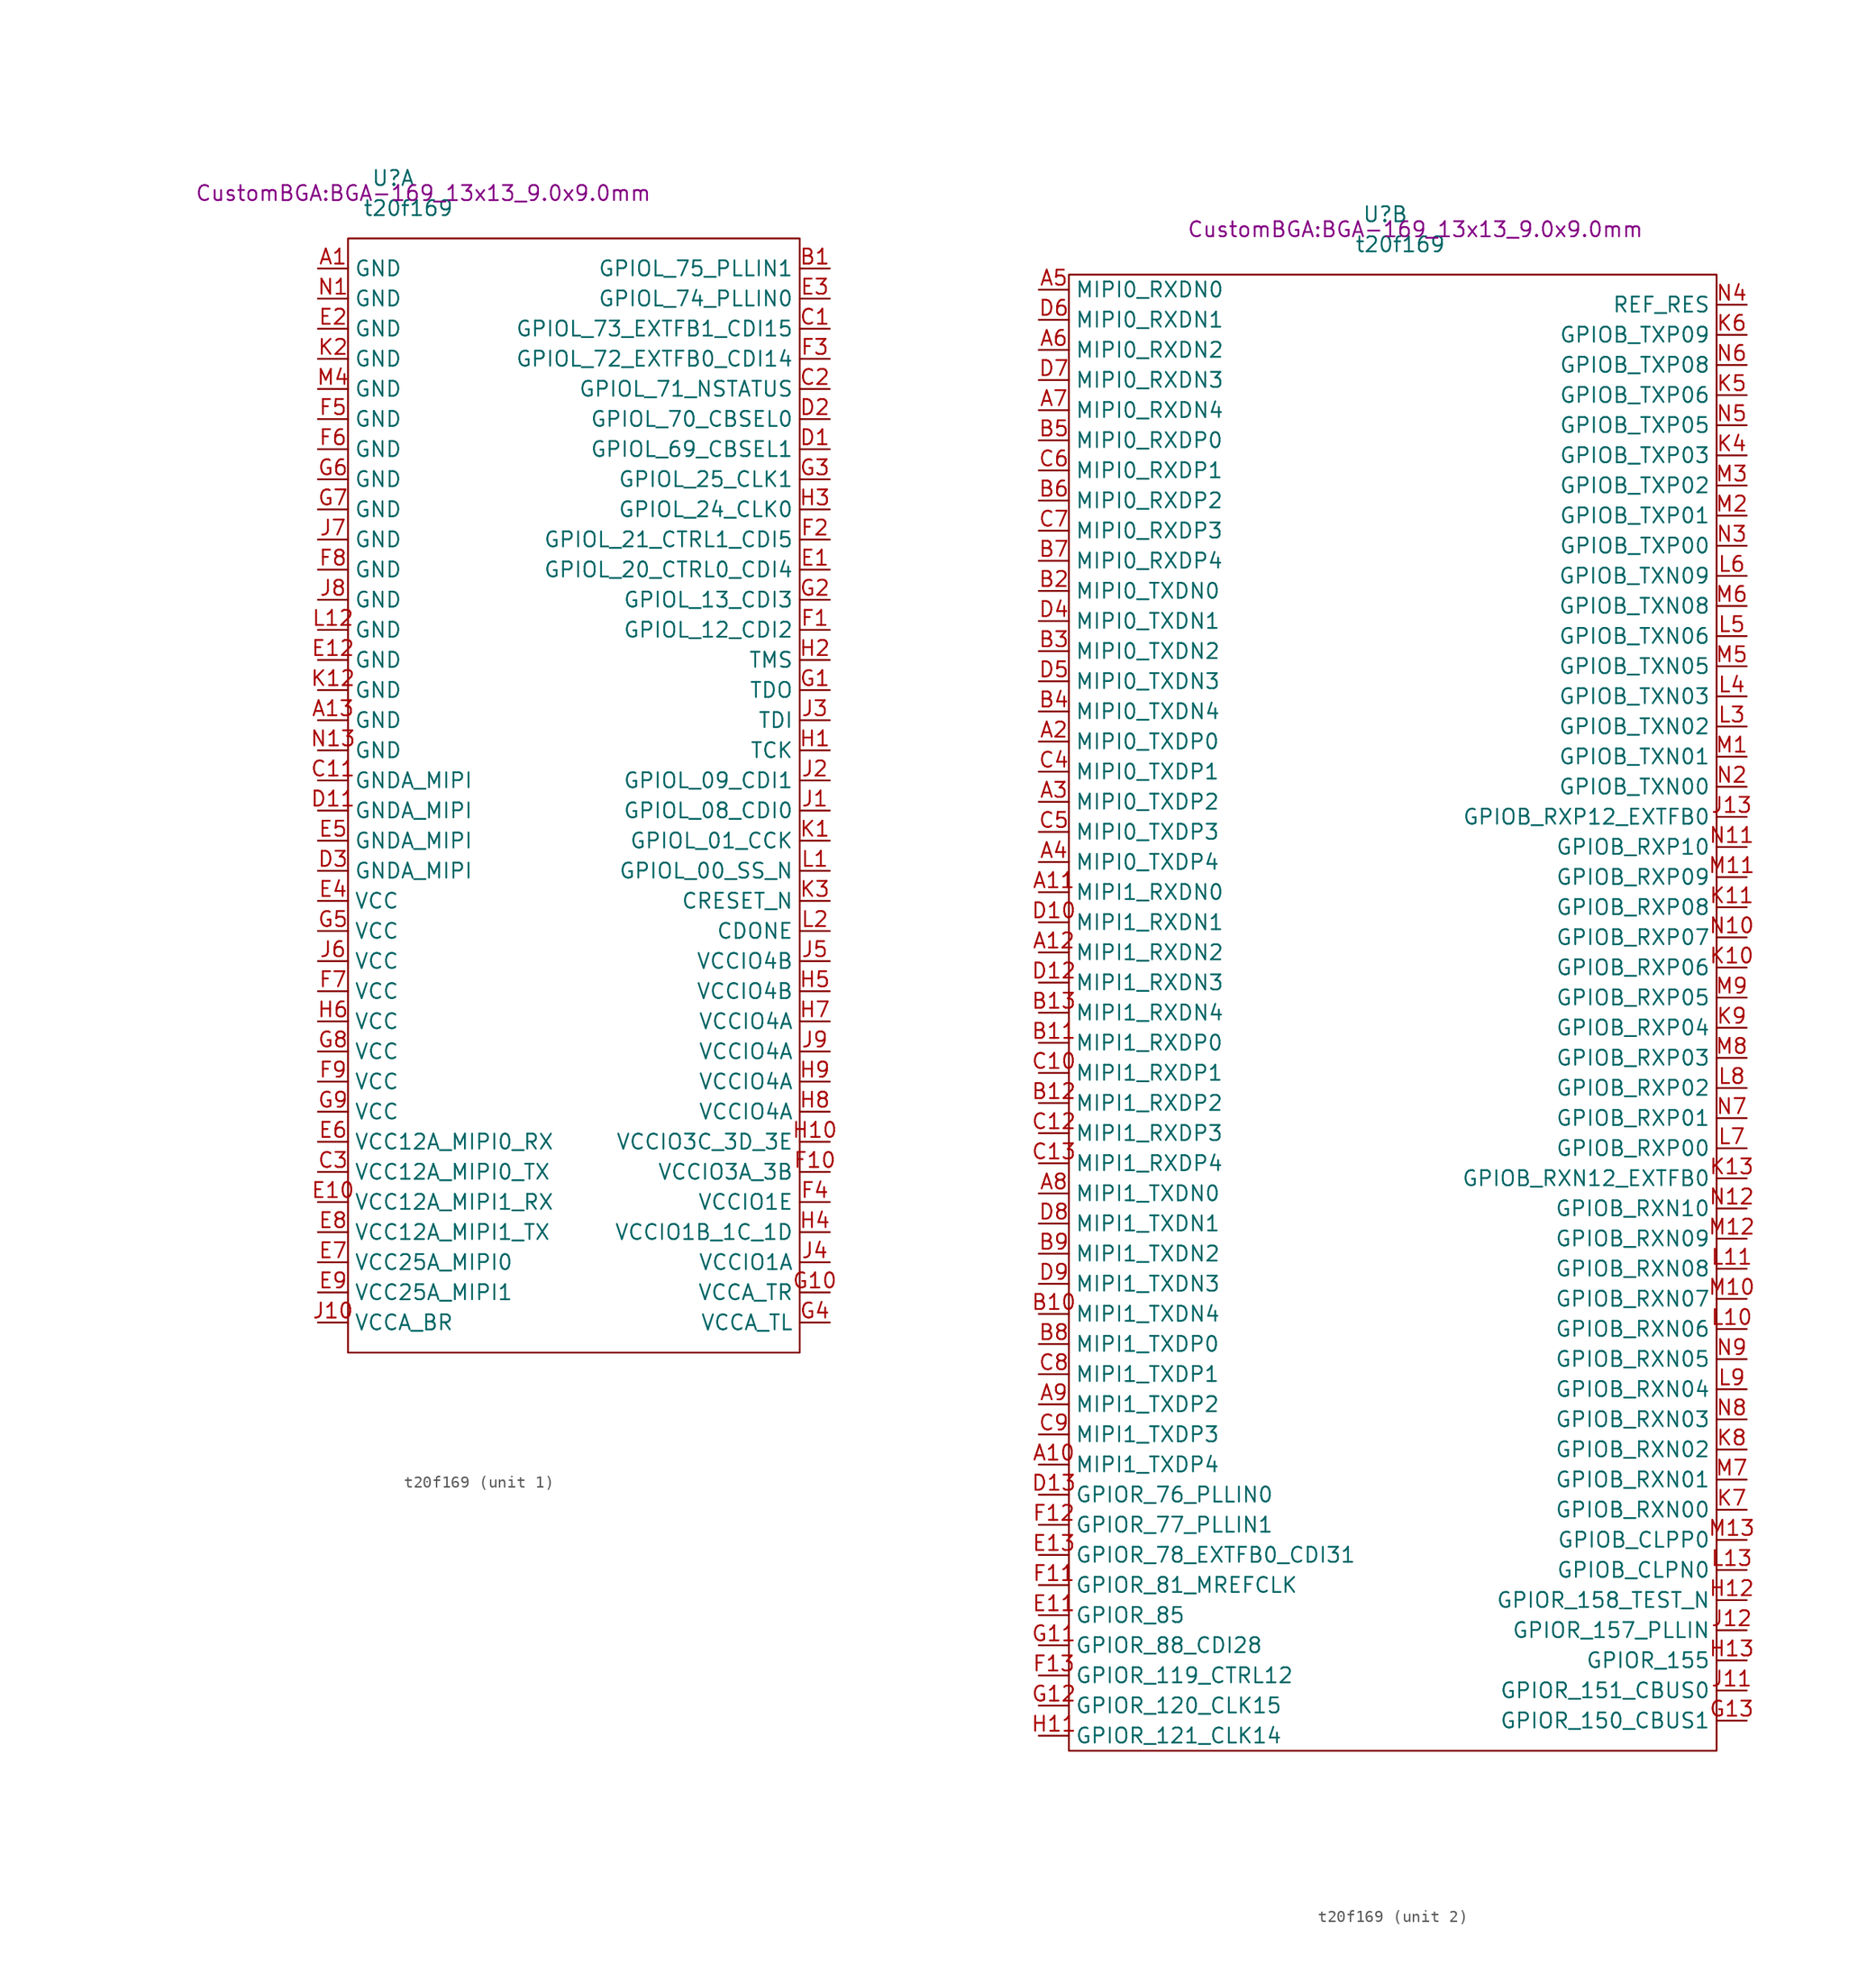
<source format=kicad_sym>
(kicad_symbol_lib
  (version 20211014)
  (generator kicad_symbol_editor)
  (symbol "t20f169"
    (property "Reference" "U"
      (at -5.08 0 0)
      (effects (font (size 1.27 1.27))))
    (property "Value" "t20f169"
      (at -3.81 -2.54 0)
      (effects (font (size 1.27 1.27))))
    (property "Footprint" "CustomBGA:BGA-169_13x13_9.0x9.0mm"
      (at -2.54 -1.27 0)
      (effects (font (size 1.27 1.27))))
    (property "ki_locked" ""
      (at 0 0 0)
      (effects (font (size 1.27 1.27))))
    (symbol "t20f169_0_0"
      (text "" (at -27.94 -81.28 0) (effects (font (size 1.27 1.27))))
      (text "" (at -27.94 -30.48 0) (effects (font (size 1.27 1.27)))))
    (symbol "t20f169_1_1"
      (rectangle (start -8.89 -5.08) (end 29.21 -99.06) (stroke (width 0) (type default) (color 0 0 0 0)) (fill (type none)))
      (pin power_in line (at -11.43 -7.62 0) (length 2.54) (name "GND" (effects (font (size 1.27 1.27)))) (number "A1" (effects (font (size 1.27 1.27)))))
      (pin power_in line (at -11.43 -45.72 0) (length 2.54) (name "GND" (effects (font (size 1.27 1.27)))) (number "A13" (effects (font (size 1.27 1.27)))))
      (pin bidirectional line (at 31.75 -7.62 180) (length 2.54) (name "GPIOL_75_PLLIN1" (effects (font (size 1.27 1.27)))) (number "B1" (effects (font (size 1.27 1.27)))))
      (pin bidirectional line (at 31.75 -12.7 180) (length 2.54) (name "GPIOL_73_EXTFB1_CDI15" (effects (font (size 1.27 1.27)))) (number "C1" (effects (font (size 1.27 1.27)))))
      (pin power_in line (at -11.43 -50.8 0) (length 2.54) (name "GNDA_MIPI" (effects (font (size 1.27 1.27)))) (number "C11" (effects (font (size 1.27 1.27)))))
      (pin bidirectional line (at 31.75 -17.78 180) (length 2.54) (name "GPIOL_71_NSTATUS" (effects (font (size 1.27 1.27)))) (number "C2" (effects (font (size 1.27 1.27)))))
      (pin power_in line (at -11.43 -83.82 0) (length 2.54) (name "VCC12A_MIPI0_TX" (effects (font (size 1.27 1.27)))) (number "C3" (effects (font (size 1.27 1.27)))))
      (pin bidirectional line (at 31.75 -22.86 180) (length 2.54) (name "GPIOL_69_CBSEL1" (effects (font (size 1.27 1.27)))) (number "D1" (effects (font (size 1.27 1.27)))))
      (pin power_in line (at -11.43 -53.34 0) (length 2.54) (name "GNDA_MIPI" (effects (font (size 1.27 1.27)))) (number "D11" (effects (font (size 1.27 1.27)))))
      (pin bidirectional line (at 31.75 -20.32 180) (length 2.54) (name "GPIOL_70_CBSEL0" (effects (font (size 1.27 1.27)))) (number "D2" (effects (font (size 1.27 1.27)))))
      (pin power_in line (at -11.43 -58.42 0) (length 2.54) (name "GNDA_MIPI" (effects (font (size 1.27 1.27)))) (number "D3" (effects (font (size 1.27 1.27)))))
      (pin bidirectional line (at 31.75 -33.02 180) (length 2.54) (name "GPIOL_20_CTRL0_CDI4" (effects (font (size 1.27 1.27)))) (number "E1" (effects (font (size 1.27 1.27)))))
      (pin power_in line (at -11.43 -86.36 0) (length 2.54) (name "VCC12A_MIPI1_RX" (effects (font (size 1.27 1.27)))) (number "E10" (effects (font (size 1.27 1.27)))))
      (pin power_in line (at -11.43 -40.64 0) (length 2.54) (name "GND" (effects (font (size 1.27 1.27)))) (number "E12" (effects (font (size 1.27 1.27)))))
      (pin power_in line (at -11.43 -12.7 0) (length 2.54) (name "GND" (effects (font (size 1.27 1.27)))) (number "E2" (effects (font (size 1.27 1.27)))))
      (pin bidirectional line (at 31.75 -10.16 180) (length 2.54) (name "GPIOL_74_PLLIN0" (effects (font (size 1.27 1.27)))) (number "E3" (effects (font (size 1.27 1.27)))))
      (pin power_in line (at -11.43 -60.96 0) (length 2.54) (name "VCC" (effects (font (size 1.27 1.27)))) (number "E4" (effects (font (size 1.27 1.27)))))
      (pin power_in line (at -11.43 -55.88 0) (length 2.54) (name "GNDA_MIPI" (effects (font (size 1.27 1.27)))) (number "E5" (effects (font (size 1.27 1.27)))))
      (pin power_in line (at -11.43 -81.28 0) (length 2.54) (name "VCC12A_MIPI0_RX" (effects (font (size 1.27 1.27)))) (number "E6" (effects (font (size 1.27 1.27)))))
      (pin power_in line (at -11.43 -91.44 0) (length 2.54) (name "VCC25A_MIPI0" (effects (font (size 1.27 1.27)))) (number "E7" (effects (font (size 1.27 1.27)))))
      (pin power_in line (at -11.43 -88.9 0) (length 2.54) (name "VCC12A_MIPI1_TX" (effects (font (size 1.27 1.27)))) (number "E8" (effects (font (size 1.27 1.27)))))
      (pin power_in line (at -11.43 -93.98 0) (length 2.54) (name "VCC25A_MIPI1" (effects (font (size 1.27 1.27)))) (number "E9" (effects (font (size 1.27 1.27)))))
      (pin bidirectional line (at 31.75 -38.1 180) (length 2.54) (name "GPIOL_12_CDI2" (effects (font (size 1.27 1.27)))) (number "F1" (effects (font (size 1.27 1.27)))))
      (pin power_in line (at 31.75 -83.82 180) (length 2.54) (name "VCCIO3A_3B" (effects (font (size 1.27 1.27)))) (number "F10" (effects (font (size 1.27 1.27)))))
      (pin bidirectional line (at 31.75 -30.48 180) (length 2.54) (name "GPIOL_21_CTRL1_CDI5" (effects (font (size 1.27 1.27)))) (number "F2" (effects (font (size 1.27 1.27)))))
      (pin bidirectional line (at 31.75 -15.24 180) (length 2.54) (name "GPIOL_72_EXTFB0_CDI14" (effects (font (size 1.27 1.27)))) (number "F3" (effects (font (size 1.27 1.27)))))
      (pin power_in line (at 31.75 -86.36 180) (length 2.54) (name "VCCIO1E" (effects (font (size 1.27 1.27)))) (number "F4" (effects (font (size 1.27 1.27)))))
      (pin power_in line (at -11.43 -20.32 0) (length 2.54) (name "GND" (effects (font (size 1.27 1.27)))) (number "F5" (effects (font (size 1.27 1.27)))))
      (pin power_in line (at -11.43 -22.86 0) (length 2.54) (name "GND" (effects (font (size 1.27 1.27)))) (number "F6" (effects (font (size 1.27 1.27)))))
      (pin power_in line (at -11.43 -68.58 0) (length 2.54) (name "VCC" (effects (font (size 1.27 1.27)))) (number "F7" (effects (font (size 1.27 1.27)))))
      (pin power_in line (at -11.43 -33.02 0) (length 2.54) (name "GND" (effects (font (size 1.27 1.27)))) (number "F8" (effects (font (size 1.27 1.27)))))
      (pin power_in line (at -11.43 -76.2 0) (length 2.54) (name "VCC" (effects (font (size 1.27 1.27)))) (number "F9" (effects (font (size 1.27 1.27)))))
      (pin bidirectional line (at 31.75 -43.18 180) (length 2.54) (name "TDO" (effects (font (size 1.27 1.27)))) (number "G1" (effects (font (size 1.27 1.27)))))
      (pin power_in line (at 31.75 -93.98 180) (length 2.54) (name "VCCA_TR" (effects (font (size 1.27 1.27)))) (number "G10" (effects (font (size 1.27 1.27)))))
      (pin bidirectional line (at 31.75 -35.56 180) (length 2.54) (name "GPIOL_13_CDI3" (effects (font (size 1.27 1.27)))) (number "G2" (effects (font (size 1.27 1.27)))))
      (pin bidirectional line (at 31.75 -25.4 180) (length 2.54) (name "GPIOL_25_CLK1" (effects (font (size 1.27 1.27)))) (number "G3" (effects (font (size 1.27 1.27)))))
      (pin power_in line (at 31.75 -96.52 180) (length 2.54) (name "VCCA_TL" (effects (font (size 1.27 1.27)))) (number "G4" (effects (font (size 1.27 1.27)))))
      (pin power_in line (at -11.43 -63.5 0) (length 2.54) (name "VCC" (effects (font (size 1.27 1.27)))) (number "G5" (effects (font (size 1.27 1.27)))))
      (pin power_in line (at -11.43 -25.4 0) (length 2.54) (name "GND" (effects (font (size 1.27 1.27)))) (number "G6" (effects (font (size 1.27 1.27)))))
      (pin power_in line (at -11.43 -27.94 0) (length 2.54) (name "GND" (effects (font (size 1.27 1.27)))) (number "G7" (effects (font (size 1.27 1.27)))))
      (pin power_in line (at -11.43 -73.66 0) (length 2.54) (name "VCC" (effects (font (size 1.27 1.27)))) (number "G8" (effects (font (size 1.27 1.27)))))
      (pin power_in line (at -11.43 -78.74 0) (length 2.54) (name "VCC" (effects (font (size 1.27 1.27)))) (number "G9" (effects (font (size 1.27 1.27)))))
      (pin bidirectional line (at 31.75 -48.26 180) (length 2.54) (name "TCK" (effects (font (size 1.27 1.27)))) (number "H1" (effects (font (size 1.27 1.27)))))
      (pin power_in line (at 31.75 -81.28 180) (length 2.54) (name "VCCIO3C_3D_3E" (effects (font (size 1.27 1.27)))) (number "H10" (effects (font (size 1.27 1.27)))))
      (pin bidirectional line (at 31.75 -40.64 180) (length 2.54) (name "TMS" (effects (font (size 1.27 1.27)))) (number "H2" (effects (font (size 1.27 1.27)))))
      (pin bidirectional line (at 31.75 -27.94 180) (length 2.54) (name "GPIOL_24_CLK0" (effects (font (size 1.27 1.27)))) (number "H3" (effects (font (size 1.27 1.27)))))
      (pin power_in line (at 31.75 -88.9 180) (length 2.54) (name "VCCIO1B_1C_1D" (effects (font (size 1.27 1.27)))) (number "H4" (effects (font (size 1.27 1.27)))))
      (pin power_in line (at 31.75 -68.58 180) (length 2.54) (name "VCCIO4B" (effects (font (size 1.27 1.27)))) (number "H5" (effects (font (size 1.27 1.27)))))
      (pin power_in line (at -11.43 -71.12 0) (length 2.54) (name "VCC" (effects (font (size 1.27 1.27)))) (number "H6" (effects (font (size 1.27 1.27)))))
      (pin power_in line (at 31.75 -71.12 180) (length 2.54) (name "VCCIO4A" (effects (font (size 1.27 1.27)))) (number "H7" (effects (font (size 1.27 1.27)))))
      (pin power_in line (at 31.75 -78.74 180) (length 2.54) (name "VCCIO4A" (effects (font (size 1.27 1.27)))) (number "H8" (effects (font (size 1.27 1.27)))))
      (pin power_in line (at 31.75 -76.2 180) (length 2.54) (name "VCCIO4A" (effects (font (size 1.27 1.27)))) (number "H9" (effects (font (size 1.27 1.27)))))
      (pin bidirectional line (at 31.75 -53.34 180) (length 2.54) (name "GPIOL_08_CDI0" (effects (font (size 1.27 1.27)))) (number "J1" (effects (font (size 1.27 1.27)))))
      (pin power_in line (at -11.43 -96.52 0) (length 2.54) (name "VCCA_BR" (effects (font (size 1.27 1.27)))) (number "J10" (effects (font (size 1.27 1.27)))))
      (pin bidirectional line (at 31.75 -50.8 180) (length 2.54) (name "GPIOL_09_CDI1" (effects (font (size 1.27 1.27)))) (number "J2" (effects (font (size 1.27 1.27)))))
      (pin bidirectional line (at 31.75 -45.72 180) (length 2.54) (name "TDI" (effects (font (size 1.27 1.27)))) (number "J3" (effects (font (size 1.27 1.27)))))
      (pin power_in line (at 31.75 -91.44 180) (length 2.54) (name "VCCIO1A" (effects (font (size 1.27 1.27)))) (number "J4" (effects (font (size 1.27 1.27)))))
      (pin power_in line (at 31.75 -66.04 180) (length 2.54) (name "VCCIO4B" (effects (font (size 1.27 1.27)))) (number "J5" (effects (font (size 1.27 1.27)))))
      (pin power_in line (at -11.43 -66.04 0) (length 2.54) (name "VCC" (effects (font (size 1.27 1.27)))) (number "J6" (effects (font (size 1.27 1.27)))))
      (pin power_in line (at -11.43 -30.48 0) (length 2.54) (name "GND" (effects (font (size 1.27 1.27)))) (number "J7" (effects (font (size 1.27 1.27)))))
      (pin power_in line (at -11.43 -35.56 0) (length 2.54) (name "GND" (effects (font (size 1.27 1.27)))) (number "J8" (effects (font (size 1.27 1.27)))))
      (pin power_in line (at 31.75 -73.66 180) (length 2.54) (name "VCCIO4A" (effects (font (size 1.27 1.27)))) (number "J9" (effects (font (size 1.27 1.27)))))
      (pin bidirectional line (at 31.75 -55.88 180) (length 2.54) (name "GPIOL_01_CCK" (effects (font (size 1.27 1.27)))) (number "K1" (effects (font (size 1.27 1.27)))))
      (pin power_in line (at -11.43 -43.18 0) (length 2.54) (name "GND" (effects (font (size 1.27 1.27)))) (number "K12" (effects (font (size 1.27 1.27)))))
      (pin power_in line (at -11.43 -15.24 0) (length 2.54) (name "GND" (effects (font (size 1.27 1.27)))) (number "K2" (effects (font (size 1.27 1.27)))))
      (pin bidirectional line (at 31.75 -60.96 180) (length 2.54) (name "CRESET_N" (effects (font (size 1.27 1.27)))) (number "K3" (effects (font (size 1.27 1.27)))))
      (pin bidirectional line (at 31.75 -58.42 180) (length 2.54) (name "GPIOL_00_SS_N" (effects (font (size 1.27 1.27)))) (number "L1" (effects (font (size 1.27 1.27)))))
      (pin power_in line (at -11.43 -38.1 0) (length 2.54) (name "GND" (effects (font (size 1.27 1.27)))) (number "L12" (effects (font (size 1.27 1.27)))))
      (pin bidirectional line (at 31.75 -63.5 180) (length 2.54) (name "CDONE" (effects (font (size 1.27 1.27)))) (number "L2" (effects (font (size 1.27 1.27)))))
      (pin power_in line (at -11.43 -17.78 0) (length 2.54) (name "GND" (effects (font (size 1.27 1.27)))) (number "M4" (effects (font (size 1.27 1.27)))))
      (pin power_in line (at -11.43 -10.16 0) (length 2.54) (name "GND" (effects (font (size 1.27 1.27)))) (number "N1" (effects (font (size 1.27 1.27)))))
      (pin power_in line (at -11.43 -48.26 0) (length 2.54) (name "GND" (effects (font (size 1.27 1.27)))) (number "N13" (effects (font (size 1.27 1.27))))))
    (symbol "t20f169_2_1"
      (rectangle (start -31.75 -5.08) (end 22.86 -129.54) (stroke (width 0) (type default) (color 0 0 0 0)) (fill (type none)))
      (pin bidirectional line (at -34.29 -105.41 0) (length 2.54) (name "MIPI1_TXDP4" (effects (font (size 1.27 1.27)))) (number "A10" (effects (font (size 1.27 1.27)))))
      (pin bidirectional line (at -34.29 -57.15 0) (length 2.54) (name "MIPI1_RXDN0" (effects (font (size 1.27 1.27)))) (number "A11" (effects (font (size 1.27 1.27)))))
      (pin bidirectional line (at -34.29 -62.23 0) (length 2.54) (name "MIPI1_RXDN2" (effects (font (size 1.27 1.27)))) (number "A12" (effects (font (size 1.27 1.27)))))
      (pin bidirectional line (at -34.29 -44.45 0) (length 2.54) (name "MIPI0_TXDP0" (effects (font (size 1.27 1.27)))) (number "A2" (effects (font (size 1.27 1.27)))))
      (pin bidirectional line (at -34.29 -49.53 0) (length 2.54) (name "MIPI0_TXDP2" (effects (font (size 1.27 1.27)))) (number "A3" (effects (font (size 1.27 1.27)))))
      (pin bidirectional line (at -34.29 -54.61 0) (length 2.54) (name "MIPI0_TXDP4" (effects (font (size 1.27 1.27)))) (number "A4" (effects (font (size 1.27 1.27)))))
      (pin bidirectional line (at -34.29 -6.35 0) (length 2.54) (name "MIPI0_RXDN0" (effects (font (size 1.27 1.27)))) (number "A5" (effects (font (size 1.27 1.27)))))
      (pin bidirectional line (at -34.29 -11.43 0) (length 2.54) (name "MIPI0_RXDN2" (effects (font (size 1.27 1.27)))) (number "A6" (effects (font (size 1.27 1.27)))))
      (pin bidirectional line (at -34.29 -16.51 0) (length 2.54) (name "MIPI0_RXDN4" (effects (font (size 1.27 1.27)))) (number "A7" (effects (font (size 1.27 1.27)))))
      (pin bidirectional line (at -34.29 -82.55 0) (length 2.54) (name "MIPI1_TXDN0" (effects (font (size 1.27 1.27)))) (number "A8" (effects (font (size 1.27 1.27)))))
      (pin bidirectional line (at -34.29 -100.33 0) (length 2.54) (name "MIPI1_TXDP2" (effects (font (size 1.27 1.27)))) (number "A9" (effects (font (size 1.27 1.27)))))
      (pin bidirectional line (at -34.29 -92.71 0) (length 2.54) (name "MIPI1_TXDN4" (effects (font (size 1.27 1.27)))) (number "B10" (effects (font (size 1.27 1.27)))))
      (pin bidirectional line (at -34.29 -69.85 0) (length 2.54) (name "MIPI1_RXDP0" (effects (font (size 1.27 1.27)))) (number "B11" (effects (font (size 1.27 1.27)))))
      (pin bidirectional line (at -34.29 -74.93 0) (length 2.54) (name "MIPI1_RXDP2" (effects (font (size 1.27 1.27)))) (number "B12" (effects (font (size 1.27 1.27)))))
      (pin bidirectional line (at -34.29 -67.31 0) (length 2.54) (name "MIPI1_RXDN4" (effects (font (size 1.27 1.27)))) (number "B13" (effects (font (size 1.27 1.27)))))
      (pin bidirectional line (at -34.29 -31.75 0) (length 2.54) (name "MIPI0_TXDN0" (effects (font (size 1.27 1.27)))) (number "B2" (effects (font (size 1.27 1.27)))))
      (pin bidirectional line (at -34.29 -36.83 0) (length 2.54) (name "MIPI0_TXDN2" (effects (font (size 1.27 1.27)))) (number "B3" (effects (font (size 1.27 1.27)))))
      (pin bidirectional line (at -34.29 -41.91 0) (length 2.54) (name "MIPI0_TXDN4" (effects (font (size 1.27 1.27)))) (number "B4" (effects (font (size 1.27 1.27)))))
      (pin bidirectional line (at -34.29 -19.05 0) (length 2.54) (name "MIPI0_RXDP0" (effects (font (size 1.27 1.27)))) (number "B5" (effects (font (size 1.27 1.27)))))
      (pin bidirectional line (at -34.29 -24.13 0) (length 2.54) (name "MIPI0_RXDP2" (effects (font (size 1.27 1.27)))) (number "B6" (effects (font (size 1.27 1.27)))))
      (pin bidirectional line (at -34.29 -29.21 0) (length 2.54) (name "MIPI0_RXDP4" (effects (font (size 1.27 1.27)))) (number "B7" (effects (font (size 1.27 1.27)))))
      (pin bidirectional line (at -34.29 -95.25 0) (length 2.54) (name "MIPI1_TXDP0" (effects (font (size 1.27 1.27)))) (number "B8" (effects (font (size 1.27 1.27)))))
      (pin bidirectional line (at -34.29 -87.63 0) (length 2.54) (name "MIPI1_TXDN2" (effects (font (size 1.27 1.27)))) (number "B9" (effects (font (size 1.27 1.27)))))
      (pin bidirectional line (at -34.29 -72.39 0) (length 2.54) (name "MIPI1_RXDP1" (effects (font (size 1.27 1.27)))) (number "C10" (effects (font (size 1.27 1.27)))))
      (pin bidirectional line (at -34.29 -77.47 0) (length 2.54) (name "MIPI1_RXDP3" (effects (font (size 1.27 1.27)))) (number "C12" (effects (font (size 1.27 1.27)))))
      (pin bidirectional line (at -34.29 -80.01 0) (length 2.54) (name "MIPI1_RXDP4" (effects (font (size 1.27 1.27)))) (number "C13" (effects (font (size 1.27 1.27)))))
      (pin bidirectional line (at -34.29 -46.99 0) (length 2.54) (name "MIPI0_TXDP1" (effects (font (size 1.27 1.27)))) (number "C4" (effects (font (size 1.27 1.27)))))
      (pin bidirectional line (at -34.29 -52.07 0) (length 2.54) (name "MIPI0_TXDP3" (effects (font (size 1.27 1.27)))) (number "C5" (effects (font (size 1.27 1.27)))))
      (pin bidirectional line (at -34.29 -21.59 0) (length 2.54) (name "MIPI0_RXDP1" (effects (font (size 1.27 1.27)))) (number "C6" (effects (font (size 1.27 1.27)))))
      (pin bidirectional line (at -34.29 -26.67 0) (length 2.54) (name "MIPI0_RXDP3" (effects (font (size 1.27 1.27)))) (number "C7" (effects (font (size 1.27 1.27)))))
      (pin bidirectional line (at -34.29 -97.79 0) (length 2.54) (name "MIPI1_TXDP1" (effects (font (size 1.27 1.27)))) (number "C8" (effects (font (size 1.27 1.27)))))
      (pin bidirectional line (at -34.29 -102.87 0) (length 2.54) (name "MIPI1_TXDP3" (effects (font (size 1.27 1.27)))) (number "C9" (effects (font (size 1.27 1.27)))))
      (pin bidirectional line (at -34.29 -59.69 0) (length 2.54) (name "MIPI1_RXDN1" (effects (font (size 1.27 1.27)))) (number "D10" (effects (font (size 1.27 1.27)))))
      (pin bidirectional line (at -34.29 -64.77 0) (length 2.54) (name "MIPI1_RXDN3" (effects (font (size 1.27 1.27)))) (number "D12" (effects (font (size 1.27 1.27)))))
      (pin bidirectional line (at -34.29 -107.95 0) (length 2.54) (name "GPIOR_76_PLLIN0" (effects (font (size 1.27 1.27)))) (number "D13" (effects (font (size 1.27 1.27)))))
      (pin bidirectional line (at -34.29 -34.29 0) (length 2.54) (name "MIPI0_TXDN1" (effects (font (size 1.27 1.27)))) (number "D4" (effects (font (size 1.27 1.27)))))
      (pin bidirectional line (at -34.29 -39.37 0) (length 2.54) (name "MIPI0_TXDN3" (effects (font (size 1.27 1.27)))) (number "D5" (effects (font (size 1.27 1.27)))))
      (pin bidirectional line (at -34.29 -8.89 0) (length 2.54) (name "MIPI0_RXDN1" (effects (font (size 1.27 1.27)))) (number "D6" (effects (font (size 1.27 1.27)))))
      (pin bidirectional line (at -34.29 -13.97 0) (length 2.54) (name "MIPI0_RXDN3" (effects (font (size 1.27 1.27)))) (number "D7" (effects (font (size 1.27 1.27)))))
      (pin bidirectional line (at -34.29 -85.09 0) (length 2.54) (name "MIPI1_TXDN1" (effects (font (size 1.27 1.27)))) (number "D8" (effects (font (size 1.27 1.27)))))
      (pin bidirectional line (at -34.29 -90.17 0) (length 2.54) (name "MIPI1_TXDN3" (effects (font (size 1.27 1.27)))) (number "D9" (effects (font (size 1.27 1.27)))))
      (pin bidirectional line (at -34.29 -118.11 0) (length 2.54) (name "GPIOR_85" (effects (font (size 1.27 1.27)))) (number "E11" (effects (font (size 1.27 1.27)))))
      (pin bidirectional line (at -34.29 -113.03 0) (length 2.54) (name "GPIOR_78_EXTFB0_CDI31" (effects (font (size 1.27 1.27)))) (number "E13" (effects (font (size 1.27 1.27)))))
      (pin bidirectional line (at -34.29 -115.57 0) (length 2.54) (name "GPIOR_81_MREFCLK" (effects (font (size 1.27 1.27)))) (number "F11" (effects (font (size 1.27 1.27)))))
      (pin bidirectional line (at -34.29 -110.49 0) (length 2.54) (name "GPIOR_77_PLLIN1" (effects (font (size 1.27 1.27)))) (number "F12" (effects (font (size 1.27 1.27)))))
      (pin bidirectional line (at -34.29 -123.19 0) (length 2.54) (name "GPIOR_119_CTRL12" (effects (font (size 1.27 1.27)))) (number "F13" (effects (font (size 1.27 1.27)))))
      (pin bidirectional line (at -34.29 -120.65 0) (length 2.54) (name "GPIOR_88_CDI28" (effects (font (size 1.27 1.27)))) (number "G11" (effects (font (size 1.27 1.27)))))
      (pin bidirectional line (at -34.29 -125.73 0) (length 2.54) (name "GPIOR_120_CLK15" (effects (font (size 1.27 1.27)))) (number "G12" (effects (font (size 1.27 1.27)))))
      (pin bidirectional line (at 25.4 -127 180) (length 2.54) (name "GPIOR_150_CBUS1" (effects (font (size 1.27 1.27)))) (number "G13" (effects (font (size 1.27 1.27)))))
      (pin bidirectional line (at -34.29 -128.27 0) (length 2.54) (name "GPIOR_121_CLK14" (effects (font (size 1.27 1.27)))) (number "H11" (effects (font (size 1.27 1.27)))))
      (pin bidirectional line (at 25.4 -116.84 180) (length 2.54) (name "GPIOR_158_TEST_N" (effects (font (size 1.27 1.27)))) (number "H12" (effects (font (size 1.27 1.27)))))
      (pin bidirectional line (at 25.4 -121.92 180) (length 2.54) (name "GPIOR_155" (effects (font (size 1.27 1.27)))) (number "H13" (effects (font (size 1.27 1.27)))))
      (pin bidirectional line (at 25.4 -124.46 180) (length 2.54) (name "GPIOR_151_CBUS0" (effects (font (size 1.27 1.27)))) (number "J11" (effects (font (size 1.27 1.27)))))
      (pin bidirectional line (at 25.4 -119.38 180) (length 2.54) (name "GPIOR_157_PLLIN" (effects (font (size 1.27 1.27)))) (number "J12" (effects (font (size 1.27 1.27)))))
      (pin bidirectional line (at 25.4 -50.8 180) (length 2.54) (name "GPIOB_RXP12_EXTFB0" (effects (font (size 1.27 1.27)))) (number "J13" (effects (font (size 1.27 1.27)))))
      (pin bidirectional line (at 25.4 -63.5 180) (length 2.54) (name "GPIOB_RXP06" (effects (font (size 1.27 1.27)))) (number "K10" (effects (font (size 1.27 1.27)))))
      (pin bidirectional line (at 25.4 -58.42 180) (length 2.54) (name "GPIOB_RXP08" (effects (font (size 1.27 1.27)))) (number "K11" (effects (font (size 1.27 1.27)))))
      (pin bidirectional line (at 25.4 -81.28 180) (length 2.54) (name "GPIOB_RXN12_EXTFB0" (effects (font (size 1.27 1.27)))) (number "K13" (effects (font (size 1.27 1.27)))))
      (pin bidirectional line (at 25.4 -20.32 180) (length 2.54) (name "GPIOB_TXP03" (effects (font (size 1.27 1.27)))) (number "K4" (effects (font (size 1.27 1.27)))))
      (pin bidirectional line (at 25.4 -15.24 180) (length 2.54) (name "GPIOB_TXP06" (effects (font (size 1.27 1.27)))) (number "K5" (effects (font (size 1.27 1.27)))))
      (pin bidirectional line (at 25.4 -10.16 180) (length 2.54) (name "GPIOB_TXP09" (effects (font (size 1.27 1.27)))) (number "K6" (effects (font (size 1.27 1.27)))))
      (pin bidirectional line (at 25.4 -109.22 180) (length 2.54) (name "GPIOB_RXN00" (effects (font (size 1.27 1.27)))) (number "K7" (effects (font (size 1.27 1.27)))))
      (pin bidirectional line (at 25.4 -104.14 180) (length 2.54) (name "GPIOB_RXN02" (effects (font (size 1.27 1.27)))) (number "K8" (effects (font (size 1.27 1.27)))))
      (pin bidirectional line (at 25.4 -68.58 180) (length 2.54) (name "GPIOB_RXP04" (effects (font (size 1.27 1.27)))) (number "K9" (effects (font (size 1.27 1.27)))))
      (pin bidirectional line (at 25.4 -93.98 180) (length 2.54) (name "GPIOB_RXN06" (effects (font (size 1.27 1.27)))) (number "L10" (effects (font (size 1.27 1.27)))))
      (pin bidirectional line (at 25.4 -88.9 180) (length 2.54) (name "GPIOB_RXN08" (effects (font (size 1.27 1.27)))) (number "L11" (effects (font (size 1.27 1.27)))))
      (pin bidirectional line (at 25.4 -114.3 180) (length 2.54) (name "GPIOB_CLPN0" (effects (font (size 1.27 1.27)))) (number "L13" (effects (font (size 1.27 1.27)))))
      (pin bidirectional line (at 25.4 -43.18 180) (length 2.54) (name "GPIOB_TXN02" (effects (font (size 1.27 1.27)))) (number "L3" (effects (font (size 1.27 1.27)))))
      (pin bidirectional line (at 25.4 -40.64 180) (length 2.54) (name "GPIOB_TXN03" (effects (font (size 1.27 1.27)))) (number "L4" (effects (font (size 1.27 1.27)))))
      (pin bidirectional line (at 25.4 -35.56 180) (length 2.54) (name "GPIOB_TXN06" (effects (font (size 1.27 1.27)))) (number "L5" (effects (font (size 1.27 1.27)))))
      (pin bidirectional line (at 25.4 -30.48 180) (length 2.54) (name "GPIOB_TXN09" (effects (font (size 1.27 1.27)))) (number "L6" (effects (font (size 1.27 1.27)))))
      (pin bidirectional line (at 25.4 -78.74 180) (length 2.54) (name "GPIOB_RXP00" (effects (font (size 1.27 1.27)))) (number "L7" (effects (font (size 1.27 1.27)))))
      (pin bidirectional line (at 25.4 -73.66 180) (length 2.54) (name "GPIOB_RXP02" (effects (font (size 1.27 1.27)))) (number "L8" (effects (font (size 1.27 1.27)))))
      (pin bidirectional line (at 25.4 -99.06 180) (length 2.54) (name "GPIOB_RXN04" (effects (font (size 1.27 1.27)))) (number "L9" (effects (font (size 1.27 1.27)))))
      (pin bidirectional line (at 25.4 -45.72 180) (length 2.54) (name "GPIOB_TXN01" (effects (font (size 1.27 1.27)))) (number "M1" (effects (font (size 1.27 1.27)))))
      (pin bidirectional line (at 25.4 -91.44 180) (length 2.54) (name "GPIOB_RXN07" (effects (font (size 1.27 1.27)))) (number "M10" (effects (font (size 1.27 1.27)))))
      (pin bidirectional line (at 25.4 -55.88 180) (length 2.54) (name "GPIOB_RXP09" (effects (font (size 1.27 1.27)))) (number "M11" (effects (font (size 1.27 1.27)))))
      (pin bidirectional line (at 25.4 -86.36 180) (length 2.54) (name "GPIOB_RXN09" (effects (font (size 1.27 1.27)))) (number "M12" (effects (font (size 1.27 1.27)))))
      (pin bidirectional line (at 25.4 -111.76 180) (length 2.54) (name "GPIOB_CLPP0" (effects (font (size 1.27 1.27)))) (number "M13" (effects (font (size 1.27 1.27)))))
      (pin bidirectional line (at 25.4 -25.4 180) (length 2.54) (name "GPIOB_TXP01" (effects (font (size 1.27 1.27)))) (number "M2" (effects (font (size 1.27 1.27)))))
      (pin bidirectional line (at 25.4 -22.86 180) (length 2.54) (name "GPIOB_TXP02" (effects (font (size 1.27 1.27)))) (number "M3" (effects (font (size 1.27 1.27)))))
      (pin bidirectional line (at 25.4 -38.1 180) (length 2.54) (name "GPIOB_TXN05" (effects (font (size 1.27 1.27)))) (number "M5" (effects (font (size 1.27 1.27)))))
      (pin bidirectional line (at 25.4 -33.02 180) (length 2.54) (name "GPIOB_TXN08" (effects (font (size 1.27 1.27)))) (number "M6" (effects (font (size 1.27 1.27)))))
      (pin bidirectional line (at 25.4 -106.68 180) (length 2.54) (name "GPIOB_RXN01" (effects (font (size 1.27 1.27)))) (number "M7" (effects (font (size 1.27 1.27)))))
      (pin bidirectional line (at 25.4 -71.12 180) (length 2.54) (name "GPIOB_RXP03" (effects (font (size 1.27 1.27)))) (number "M8" (effects (font (size 1.27 1.27)))))
      (pin bidirectional line (at 25.4 -66.04 180) (length 2.54) (name "GPIOB_RXP05" (effects (font (size 1.27 1.27)))) (number "M9" (effects (font (size 1.27 1.27)))))
      (pin bidirectional line (at 25.4 -60.96 180) (length 2.54) (name "GPIOB_RXP07" (effects (font (size 1.27 1.27)))) (number "N10" (effects (font (size 1.27 1.27)))))
      (pin bidirectional line (at 25.4 -53.34 180) (length 2.54) (name "GPIOB_RXP10" (effects (font (size 1.27 1.27)))) (number "N11" (effects (font (size 1.27 1.27)))))
      (pin bidirectional line (at 25.4 -83.82 180) (length 2.54) (name "GPIOB_RXN10" (effects (font (size 1.27 1.27)))) (number "N12" (effects (font (size 1.27 1.27)))))
      (pin bidirectional line (at 25.4 -48.26 180) (length 2.54) (name "GPIOB_TXN00" (effects (font (size 1.27 1.27)))) (number "N2" (effects (font (size 1.27 1.27)))))
      (pin bidirectional line (at 25.4 -27.94 180) (length 2.54) (name "GPIOB_TXP00" (effects (font (size 1.27 1.27)))) (number "N3" (effects (font (size 1.27 1.27)))))
      (pin bidirectional line (at 25.4 -7.62 180) (length 2.54) (name "REF_RES" (effects (font (size 1.27 1.27)))) (number "N4" (effects (font (size 1.27 1.27)))))
      (pin bidirectional line (at 25.4 -17.78 180) (length 2.54) (name "GPIOB_TXP05" (effects (font (size 1.27 1.27)))) (number "N5" (effects (font (size 1.27 1.27)))))
      (pin bidirectional line (at 25.4 -12.7 180) (length 2.54) (name "GPIOB_TXP08" (effects (font (size 1.27 1.27)))) (number "N6" (effects (font (size 1.27 1.27)))))
      (pin bidirectional line (at 25.4 -76.2 180) (length 2.54) (name "GPIOB_RXP01" (effects (font (size 1.27 1.27)))) (number "N7" (effects (font (size 1.27 1.27)))))
      (pin bidirectional line (at 25.4 -101.6 180) (length 2.54) (name "GPIOB_RXN03" (effects (font (size 1.27 1.27)))) (number "N8" (effects (font (size 1.27 1.27)))))
      (pin bidirectional line (at 25.4 -96.52 180) (length 2.54) (name "GPIOB_RXN05" (effects (font (size 1.27 1.27)))) (number "N9" (effects (font (size 1.27 1.27))))))))
</source>
